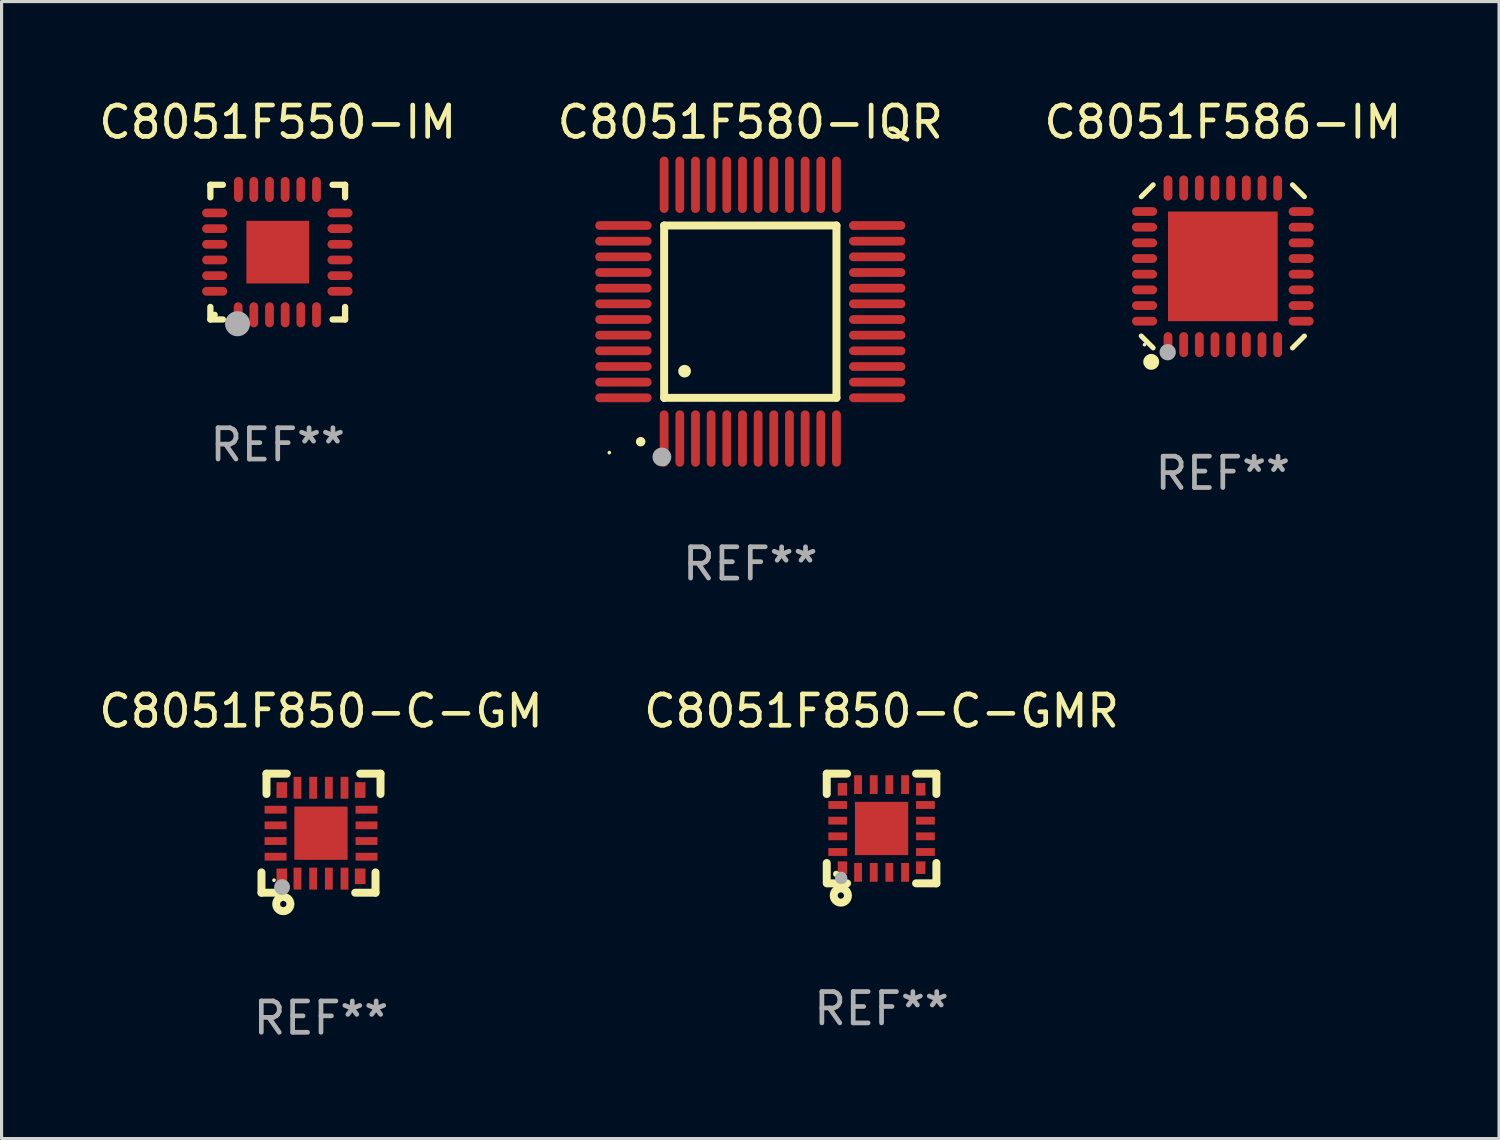
<source format=kicad_pcb>
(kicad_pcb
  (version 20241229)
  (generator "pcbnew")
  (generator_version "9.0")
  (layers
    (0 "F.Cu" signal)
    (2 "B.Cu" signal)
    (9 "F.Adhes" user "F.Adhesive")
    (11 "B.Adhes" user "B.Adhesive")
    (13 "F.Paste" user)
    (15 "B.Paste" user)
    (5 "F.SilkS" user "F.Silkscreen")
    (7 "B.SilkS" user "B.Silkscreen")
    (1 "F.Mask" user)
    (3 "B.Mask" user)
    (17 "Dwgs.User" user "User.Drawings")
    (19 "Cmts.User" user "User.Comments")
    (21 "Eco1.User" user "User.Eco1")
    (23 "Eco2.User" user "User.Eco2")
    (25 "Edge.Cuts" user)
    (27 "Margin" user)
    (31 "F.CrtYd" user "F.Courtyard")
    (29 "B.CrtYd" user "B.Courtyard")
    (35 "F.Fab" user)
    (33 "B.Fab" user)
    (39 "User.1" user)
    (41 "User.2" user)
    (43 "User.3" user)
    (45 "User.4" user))
  (footprint "C8051F586-IM"
    (layer "F.Cu")
    (at 35.982 5.452)
    (property "Reference" "C8051F586-IM" (at 0 -4.604 0) (layer "F.SilkS") (effects (font (size 1 1) (thickness 0.15))))
    (attr through_hole)
    (fp_line (start -2.223 2.603) (end -2.604 2.222) (stroke (width 0.16) (type solid)) (layer "F.SilkS"))
    (fp_line (start -2.222 -2.604) (end -2.603 -2.223) (stroke (width 0.16) (type solid)) (layer "F.SilkS"))
    (fp_line (start 2.223 -2.604) (end 2.604 -2.223) (stroke (width 0.16) (type solid)) (layer "F.SilkS"))
    (fp_line (start 2.604 2.223) (end 2.223 2.604) (stroke (width 0.16) (type solid)) (layer "F.SilkS"))
    (fp_circle (center -2.5 2.5) (end -2.47 2.5) (stroke (width 0.06) (type solid)) (fill no) (layer "F.SilkS"))
    (fp_circle (center -2.286 3.048) (end -2.159 3.048) (stroke (width 0.254) (type solid)) (fill no) (layer "F.SilkS"))
    (fp_circle (center -1.76 2.74) (end -1.63 2.74) (stroke (width 0.26) (type solid)) (fill no) (layer "F.Fab"))
    (fp_text user "REF**" (at 0 6.604 0) (layer "F.Fab") (effects (font (size 1 1) (thickness 0.15))))
    (pad "1" smd oval (at -1.75 2.5) (size 0.28 0.8) (layers "F.Cu" "F.Mask" "F.Paste"))
    (pad "2" smd oval (at -1.25 2.5) (size 0.28 0.8) (layers "F.Cu" "F.Mask" "F.Paste"))
    (pad "3" smd oval (at -0.75 2.5) (size 0.28 0.8) (layers "F.Cu" "F.Mask" "F.Paste"))
    (pad "4" smd oval (at -0.25 2.5) (size 0.28 0.8) (layers "F.Cu" "F.Mask" "F.Paste"))
    (pad "5" smd oval (at 0.25 2.5) (size 0.28 0.8) (layers "F.Cu" "F.Mask" "F.Paste"))
    (pad "6" smd oval (at 0.75 2.5) (size 0.28 0.8) (layers "F.Cu" "F.Mask" "F.Paste"))
    (pad "7" smd oval (at 1.25 2.5) (size 0.28 0.8) (layers "F.Cu" "F.Mask" "F.Paste"))
    (pad "8" smd oval (at 1.75 2.5) (size 0.28 0.8) (layers "F.Cu" "F.Mask" "F.Paste"))
    (pad "9" smd oval (at 2.5 1.75) (size 0.8 0.28) (layers "F.Cu" "F.Mask" "F.Paste"))
    (pad "10" smd oval (at 2.5 1.25) (size 0.8 0.28) (layers "F.Cu" "F.Mask" "F.Paste"))
    (pad "11" smd oval (at 2.5 0.75) (size 0.8 0.28) (layers "F.Cu" "F.Mask" "F.Paste"))
    (pad "12" smd oval (at 2.5 0.25) (size 0.8 0.28) (layers "F.Cu" "F.Mask" "F.Paste"))
    (pad "13" smd oval (at 2.5 -0.25) (size 0.8 0.28) (layers "F.Cu" "F.Mask" "F.Paste"))
    (pad "14" smd oval (at 2.5 -0.75) (size 0.8 0.28) (layers "F.Cu" "F.Mask" "F.Paste"))
    (pad "15" smd oval (at 2.5 -1.25) (size 0.8 0.28) (layers "F.Cu" "F.Mask" "F.Paste"))
    (pad "16" smd oval (at 2.5 -1.75) (size 0.8 0.28) (layers "F.Cu" "F.Mask" "F.Paste"))
    (pad "17" smd oval (at 1.75 -2.5) (size 0.28 0.8) (layers "F.Cu" "F.Mask" "F.Paste"))
    (pad "18" smd oval (at 1.25 -2.5) (size 0.28 0.8) (layers "F.Cu" "F.Mask" "F.Paste"))
    (pad "19" smd oval (at 0.75 -2.5) (size 0.28 0.8) (layers "F.Cu" "F.Mask" "F.Paste"))
    (pad "20" smd oval (at 0.25 -2.5) (size 0.28 0.8) (layers "F.Cu" "F.Mask" "F.Paste"))
    (pad "21" smd oval (at -0.25 -2.5) (size 0.28 0.8) (layers "F.Cu" "F.Mask" "F.Paste"))
    (pad "22" smd oval (at -0.75 -2.5) (size 0.28 0.8) (layers "F.Cu" "F.Mask" "F.Paste"))
    (pad "23" smd oval (at -1.25 -2.5) (size 0.28 0.8) (layers "F.Cu" "F.Mask" "F.Paste"))
    (pad "24" smd oval (at -1.75 -2.5) (size 0.28 0.8) (layers "F.Cu" "F.Mask" "F.Paste"))
    (pad "25" smd oval (at -2.5 -1.75) (size 0.8 0.28) (layers "F.Cu" "F.Mask" "F.Paste"))
    (pad "26" smd oval (at -2.5 -1.25) (size 0.8 0.28) (layers "F.Cu" "F.Mask" "F.Paste"))
    (pad "27" smd oval (at -2.5 -0.75) (size 0.8 0.28) (layers "F.Cu" "F.Mask" "F.Paste"))
    (pad "28" smd oval (at -2.5 -0.25) (size 0.8 0.28) (layers "F.Cu" "F.Mask" "F.Paste"))
    (pad "29" smd oval (at -2.5 0.25) (size 0.8 0.28) (layers "F.Cu" "F.Mask" "F.Paste"))
    (pad "30" smd oval (at -2.5 0.75) (size 0.8 0.28) (layers "F.Cu" "F.Mask" "F.Paste"))
    (pad "31" smd oval (at -2.5 1.25) (size 0.8 0.28) (layers "F.Cu" "F.Mask" "F.Paste"))
    (pad "32" smd oval (at -2.5 1.75) (size 0.8 0.28) (layers "F.Cu" "F.Mask" "F.Paste"))
    (pad "33" smd rect (at 0.000038 -0.000025) (size 3.5 3.5) (layers "F.Cu" "F.Mask" "F.Paste")))
  (footprint "C8051F850-C-GM"
    (layer "F.Cu")
    (at 7.196 23.545)
    (property "Reference" "C8051F850-C-GM" (at 0 -3.9 0) (layer "F.SilkS") (effects (font (size 1 1) (thickness 0.15))))
    (attr through_hole)
    (fp_line (start -1.9 1.9) (end -1.9 1.251) (stroke (width 0.254) (type solid)) (layer "F.SilkS"))
    (fp_line (start -1.9 1.9) (end -1.251 1.9) (stroke (width 0.254) (type solid)) (layer "F.SilkS"))
    (fp_line (start -1.74 -1.9) (end -1.74 -1.251) (stroke (width 0.254) (type solid)) (layer "F.SilkS"))
    (fp_line (start -1.74 -1.9) (end -1.091 -1.9) (stroke (width 0.254) (type solid)) (layer "F.SilkS"))
    (fp_line (start 1.74 1.9) (end 1.091 1.9) (stroke (width 0.254) (type solid)) (layer "F.SilkS"))
    (fp_line (start 1.74 1.9) (end 1.74 1.251) (stroke (width 0.254) (type solid)) (layer "F.SilkS"))
    (fp_line (start 1.9 -1.9) (end 1.251 -1.9) (stroke (width 0.254) (type solid)) (layer "F.SilkS"))
    (fp_line (start 1.9 -1.9) (end 1.9 -1.251) (stroke (width 0.254) (type solid)) (layer "F.SilkS"))
    (fp_circle (center -1.5 1.5) (end -1.47 1.5) (stroke (width 0.06) (type solid)) (fill no) (layer "F.SilkS"))
    (fp_circle (center -1.203 2.262) (end -1.103 2.262) (stroke (width 0.254) (type solid)) (fill no) (layer "F.SilkS"))
    (fp_circle (center -1.243 1.721) (end -1.116 1.721) (stroke (width 0.254) (type solid)) (fill no) (layer "F.Fab"))
    (fp_text user "REF**" (at 0 5.9 0) (layer "F.Fab") (effects (font (size 1 1) (thickness 0.15))))
    (pad "1" smd rect (at -1.25 1.377) (size 0.34 0.5) (layers "F.Cu" "F.Mask" "F.Paste"))
    (pad "2" smd rect (at -0.75 1.45) (size 0.25 0.7) (layers "F.Cu" "F.Mask" "F.Paste"))
    (pad "3" smd rect (at -0.25 1.45) (size 0.25 0.7) (layers "F.Cu" "F.Mask" "F.Paste"))
    (pad "4" smd rect (at 0.25 1.45) (size 0.25 0.7) (layers "F.Cu" "F.Mask" "F.Paste"))
    (pad "5" smd rect (at 0.75 1.45) (size 0.25 0.7) (layers "F.Cu" "F.Mask" "F.Paste"))
    (pad "6" smd rect (at 1.25 1.377) (size 0.34 0.5) (layers "F.Cu" "F.Mask" "F.Paste"))
    (pad "7" smd rect (at 1.453 0.75) (size 0.7 0.25) (layers "F.Cu" "F.Mask" "F.Paste"))
    (pad "8" smd rect (at 1.453 0.25) (size 0.7 0.25) (layers "F.Cu" "F.Mask" "F.Paste"))
    (pad "9" smd rect (at 1.453 -0.25) (size 0.7 0.25) (layers "F.Cu" "F.Mask" "F.Paste"))
    (pad "10" smd rect (at 1.453 -0.75) (size 0.7 0.25) (layers "F.Cu" "F.Mask" "F.Paste"))
    (pad "11" smd rect (at 1.25 -1.377) (size 0.34 0.5) (layers "F.Cu" "F.Mask" "F.Paste"))
    (pad "12" smd rect (at 0.75 -1.45) (size 0.25 0.7) (layers "F.Cu" "F.Mask" "F.Paste"))
    (pad "13" smd rect (at 0.25 -1.45) (size 0.25 0.7) (layers "F.Cu" "F.Mask" "F.Paste"))
    (pad "14" smd rect (at -0.25 -1.45) (size 0.25 0.7) (layers "F.Cu" "F.Mask" "F.Paste"))
    (pad "15" smd rect (at -0.75 -1.45) (size 0.25 0.7) (layers "F.Cu" "F.Mask" "F.Paste"))
    (pad "16" smd rect (at -1.25 -1.377) (size 0.34 0.5) (layers "F.Cu" "F.Mask" "F.Paste"))
    (pad "17" smd rect (at -1.45 -0.75) (size 0.7 0.25) (layers "F.Cu" "F.Mask" "F.Paste"))
    (pad "18" smd rect (at -1.45 -0.25) (size 0.7 0.25) (layers "F.Cu" "F.Mask" "F.Paste"))
    (pad "19" smd rect (at -1.45 0.25) (size 0.7 0.25) (layers "F.Cu" "F.Mask" "F.Paste"))
    (pad "20" smd rect (at -1.45 0.75) (size 0.7 0.25) (layers "F.Cu" "F.Mask" "F.Paste"))
    (pad "21" smd rect (at 0 0) (size 1.7 1.7) (layers "F.Cu" "F.Mask" "F.Paste")))
  (footprint "C8051F580-IQR"
    (layer "F.Cu")
    (at 20.899 6.898)
    (property "Reference" "C8051F580-IQR" (at 0 -6.05 0) (layer "F.SilkS") (effects (font (size 1 1) (thickness 0.15))))
    (attr through_hole)
    (fp_line (start -2.75 -2.75) (end 2.75 -2.75) (stroke (width 0.254) (type solid)) (layer "F.SilkS"))
    (fp_line (start -2.75 2.75) (end -2.75 -2.75) (stroke (width 0.254) (type solid)) (layer "F.SilkS"))
    (fp_line (start 2.75 -2.75) (end 2.75 2.75) (stroke (width 0.254) (type solid)) (layer "F.SilkS"))
    (fp_line (start 2.75 2.75) (end -2.75 2.75) (stroke (width 0.254) (type solid)) (layer "F.SilkS"))
    (fp_arc (start -3.500127 4.150368) (mid -3.498857 4.150363) (end -3.497587 4.150368) (stroke (width 0.3) (type solid)) (layer "F.SilkS"))
    (fp_arc (start -2.100584 1.899924) (mid -2.098044 1.899908) (end -2.095504 1.899924) (stroke (width 0.4) (type solid)) (layer "F.SilkS"))
    (fp_circle (center -4.5 4.5) (end -4.47 4.5) (stroke (width 0.06) (type solid)) (fill no) (layer "F.SilkS"))
    (fp_circle (center -2.822 4.638) (end -2.672 4.638) (stroke (width 0.3) (type solid)) (fill no) (layer "F.Fab"))
    (fp_text user "REF**" (at 0 8.05 0) (layer "F.Fab") (effects (font (size 1 1) (thickness 0.15))))
    (pad "1" smd oval (at -2.75 4.05) (size 0.28 1.8) (layers "F.Cu" "F.Mask" "F.Paste"))
    (pad "2" smd oval (at -2.25 4.05) (size 0.28 1.8) (layers "F.Cu" "F.Mask" "F.Paste"))
    (pad "3" smd oval (at -1.75 4.05) (size 0.28 1.8) (layers "F.Cu" "F.Mask" "F.Paste"))
    (pad "4" smd oval (at -1.25 4.05) (size 0.28 1.8) (layers "F.Cu" "F.Mask" "F.Paste"))
    (pad "5" smd oval (at -0.75 4.05) (size 0.28 1.8) (layers "F.Cu" "F.Mask" "F.Paste"))
    (pad "6" smd oval (at -0.25 4.05) (size 0.28 1.8) (layers "F.Cu" "F.Mask" "F.Paste"))
    (pad "7" smd oval (at 0.25 4.05) (size 0.28 1.8) (layers "F.Cu" "F.Mask" "F.Paste"))
    (pad "8" smd oval (at 0.75 4.05) (size 0.28 1.8) (layers "F.Cu" "F.Mask" "F.Paste"))
    (pad "9" smd oval (at 1.25 4.05) (size 0.28 1.8) (layers "F.Cu" "F.Mask" "F.Paste"))
    (pad "10" smd oval (at 1.75 4.05) (size 0.28 1.8) (layers "F.Cu" "F.Mask" "F.Paste"))
    (pad "11" smd oval (at 2.25 4.05) (size 0.28 1.8) (layers "F.Cu" "F.Mask" "F.Paste"))
    (pad "12" smd oval (at 2.75 4.05) (size 0.28 1.8) (layers "F.Cu" "F.Mask" "F.Paste"))
    (pad "13" smd oval (at 4.05 2.75) (size 1.8 0.28) (layers "F.Cu" "F.Mask" "F.Paste"))
    (pad "14" smd oval (at 4.05 2.25) (size 1.8 0.28) (layers "F.Cu" "F.Mask" "F.Paste"))
    (pad "15" smd oval (at 4.05 1.75) (size 1.8 0.28) (layers "F.Cu" "F.Mask" "F.Paste"))
    (pad "16" smd oval (at 4.05 1.25) (size 1.8 0.28) (layers "F.Cu" "F.Mask" "F.Paste"))
    (pad "17" smd oval (at 4.05 0.75) (size 1.8 0.28) (layers "F.Cu" "F.Mask" "F.Paste"))
    (pad "18" smd oval (at 4.05 0.25) (size 1.8 0.28) (layers "F.Cu" "F.Mask" "F.Paste"))
    (pad "19" smd oval (at 4.05 -0.25) (size 1.8 0.28) (layers "F.Cu" "F.Mask" "F.Paste"))
    (pad "20" smd oval (at 4.05 -0.75) (size 1.8 0.28) (layers "F.Cu" "F.Mask" "F.Paste"))
    (pad "21" smd oval (at 4.05 -1.25) (size 1.8 0.28) (layers "F.Cu" "F.Mask" "F.Paste"))
    (pad "22" smd oval (at 4.05 -1.75) (size 1.8 0.28) (layers "F.Cu" "F.Mask" "F.Paste"))
    (pad "23" smd oval (at 4.05 -2.25) (size 1.8 0.28) (layers "F.Cu" "F.Mask" "F.Paste"))
    (pad "24" smd oval (at 4.05 -2.75) (size 1.8 0.28) (layers "F.Cu" "F.Mask" "F.Paste"))
    (pad "25" smd oval (at 2.75 -4.05) (size 0.28 1.8) (layers "F.Cu" "F.Mask" "F.Paste"))
    (pad "26" smd oval (at 2.25 -4.05) (size 0.28 1.8) (layers "F.Cu" "F.Mask" "F.Paste"))
    (pad "27" smd oval (at 1.75 -4.05) (size 0.28 1.8) (layers "F.Cu" "F.Mask" "F.Paste"))
    (pad "28" smd oval (at 1.25 -4.05) (size 0.28 1.8) (layers "F.Cu" "F.Mask" "F.Paste"))
    (pad "29" smd oval (at 0.75 -4.05) (size 0.28 1.8) (layers "F.Cu" "F.Mask" "F.Paste"))
    (pad "30" smd oval (at 0.25 -4.05) (size 0.28 1.8) (layers "F.Cu" "F.Mask" "F.Paste"))
    (pad "31" smd oval (at -0.25 -4.05) (size 0.28 1.8) (layers "F.Cu" "F.Mask" "F.Paste"))
    (pad "32" smd oval (at -0.75 -4.05) (size 0.28 1.8) (layers "F.Cu" "F.Mask" "F.Paste"))
    (pad "33" smd oval (at -1.25 -4.05) (size 0.28 1.8) (layers "F.Cu" "F.Mask" "F.Paste"))
    (pad "34" smd oval (at -1.75 -4.05) (size 0.28 1.8) (layers "F.Cu" "F.Mask" "F.Paste"))
    (pad "35" smd oval (at -2.25 -4.05) (size 0.28 1.8) (layers "F.Cu" "F.Mask" "F.Paste"))
    (pad "36" smd oval (at -2.75 -4.05) (size 0.28 1.8) (layers "F.Cu" "F.Mask" "F.Paste"))
    (pad "37" smd oval (at -4.05 -2.75) (size 1.8 0.28) (layers "F.Cu" "F.Mask" "F.Paste"))
    (pad "38" smd oval (at -4.05 -2.25) (size 1.8 0.28) (layers "F.Cu" "F.Mask" "F.Paste"))
    (pad "39" smd oval (at -4.05 -1.75) (size 1.8 0.28) (layers "F.Cu" "F.Mask" "F.Paste"))
    (pad "40" smd oval (at -4.05 -1.25) (size 1.8 0.28) (layers "F.Cu" "F.Mask" "F.Paste"))
    (pad "41" smd oval (at -4.05 -0.75) (size 1.8 0.28) (layers "F.Cu" "F.Mask" "F.Paste"))
    (pad "42" smd oval (at -4.05 -0.25) (size 1.8 0.28) (layers "F.Cu" "F.Mask" "F.Paste"))
    (pad "43" smd oval (at -4.05 0.25) (size 1.8 0.28) (layers "F.Cu" "F.Mask" "F.Paste"))
    (pad "44" smd oval (at -4.05 0.75) (size 1.8 0.28) (layers "F.Cu" "F.Mask" "F.Paste"))
    (pad "45" smd oval (at -4.05 1.25) (size 1.8 0.28) (layers "F.Cu" "F.Mask" "F.Paste"))
    (pad "46" smd oval (at -4.05 1.75) (size 1.8 0.28) (layers "F.Cu" "F.Mask" "F.Paste"))
    (pad "47" smd oval (at -4.05 2.25) (size 1.8 0.28) (layers "F.Cu" "F.Mask" "F.Paste"))
    (pad "48" smd oval (at -4.05 2.75) (size 1.8 0.28) (layers "F.Cu" "F.Mask" "F.Paste")))
  (footprint "C8051F850-C-GMR"
    (layer "F.Cu")
    (at 25.089 23.395)
    (property "Reference" "C8051F850-C-GMR" (at 0 -3.75 0) (layer "F.SilkS") (effects (font (size 1 1) (thickness 0.15))))
    (attr through_hole)
    (fp_line (start -1.75 -1.75) (end -1.75 -1.101) (stroke (width 0.254) (type solid)) (layer "F.SilkS"))
    (fp_line (start -1.75 -1.75) (end -1.101 -1.75) (stroke (width 0.254) (type solid)) (layer "F.SilkS"))
    (fp_line (start -1.75 1.101) (end -1.75 1.75) (stroke (width 0.254) (type solid)) (layer "F.SilkS"))
    (fp_line (start -1.101 1.75) (end -1.716 1.75) (stroke (width 0.254) (type solid)) (layer "F.SilkS"))
    (fp_line (start 1.101 -1.75) (end 1.75 -1.75) (stroke (width 0.254) (type solid)) (layer "F.SilkS"))
    (fp_line (start 1.75 -1.75) (end 1.75 -1.101) (stroke (width 0.254) (type solid)) (layer "F.SilkS"))
    (fp_line (start 1.75 1.101) (end 1.75 1.75) (stroke (width 0.254) (type solid)) (layer "F.SilkS"))
    (fp_line (start 1.75 1.75) (end 1.101 1.75) (stroke (width 0.254) (type solid)) (layer "F.SilkS"))
    (fp_circle (center -1.45 1.45) (end -1.4 1.45) (stroke (width 0.1) (type solid)) (fill no) (layer "F.SilkS"))
    (fp_circle (center -1.3 2.14) (end -1.2 2.14) (stroke (width 0.254) (type solid)) (fill no) (layer "F.SilkS"))
    (fp_circle (center -1.29 1.58) (end -1.19 1.58) (stroke (width 0.2) (type solid)) (fill no) (layer "F.Fab"))
    (fp_text user "REF**" (at 0 5.75 0) (layer "F.Fab") (effects (font (size 1 1) (thickness 0.15))))
    (pad "1" smd rect (at -1.25 1.25) (size 0.3 0.4) (layers "F.Cu" "F.Mask" "F.Paste"))
    (pad "2" smd rect (at -0.75 1.4) (size 0.25 0.6) (layers "F.Cu" "F.Mask" "F.Paste"))
    (pad "3" smd rect (at -0.25 1.4) (size 0.25 0.6) (layers "F.Cu" "F.Mask" "F.Paste"))
    (pad "4" smd rect (at 0.25 1.4) (size 0.25 0.6) (layers "F.Cu" "F.Mask" "F.Paste"))
    (pad "5" smd rect (at 0.75 1.4) (size 0.25 0.6) (layers "F.Cu" "F.Mask" "F.Paste"))
    (pad "6" smd rect (at 1.25 1.25 180) (size 0.3 0.4) (layers "F.Cu" "F.Mask" "F.Paste"))
    (pad "7" smd rect (at 1.4 0.75 90) (size 0.25 0.6) (layers "F.Cu" "F.Mask" "F.Paste"))
    (pad "8" smd rect (at 1.4 0.25 90) (size 0.25 0.6) (layers "F.Cu" "F.Mask" "F.Paste"))
    (pad "9" smd rect (at 1.4 -0.25 90) (size 0.25 0.6) (layers "F.Cu" "F.Mask" "F.Paste"))
    (pad "10" smd rect (at 1.4 -0.75 90) (size 0.25 0.6) (layers "F.Cu" "F.Mask" "F.Paste"))
    (pad "11" smd rect (at 1.25 -1.25 180) (size 0.3 0.4) (layers "F.Cu" "F.Mask" "F.Paste"))
    (pad "12" smd rect (at 0.75 -1.4 180) (size 0.25 0.6) (layers "F.Cu" "F.Mask" "F.Paste"))
    (pad "13" smd rect (at 0.25 -1.4 180) (size 0.25 0.6) (layers "F.Cu" "F.Mask" "F.Paste"))
    (pad "14" smd rect (at -0.25 -1.4 180) (size 0.25 0.6) (layers "F.Cu" "F.Mask" "F.Paste"))
    (pad "15" smd rect (at -0.75 -1.4 180) (size 0.25 0.6) (layers "F.Cu" "F.Mask" "F.Paste"))
    (pad "16" smd rect (at -1.25 -1.25) (size 0.3 0.4) (layers "F.Cu" "F.Mask" "F.Paste"))
    (pad "17" smd rect (at -1.4 -0.75 270) (size 0.25 0.6) (layers "F.Cu" "F.Mask" "F.Paste"))
    (pad "18" smd rect (at -1.4 -0.25 270) (size 0.25 0.6) (layers "F.Cu" "F.Mask" "F.Paste"))
    (pad "19" smd rect (at -1.4 0.25 270) (size 0.25 0.6) (layers "F.Cu" "F.Mask" "F.Paste"))
    (pad "20" smd rect (at -1.4 0.75 270) (size 0.25 0.6) (layers "F.Cu" "F.Mask" "F.Paste"))
    (pad "21" smd rect (at 0.000127 0.000076 270) (size 1.7 1.7) (layers "F.Cu" "F.Mask" "F.Paste")))
  (footprint "C8051F550-IM"
    (layer "F.Cu")
    (at 5.815 4.998)
    (property "Reference" "C8051F550-IM" (at 0 -4.15 0) (layer "F.SilkS") (effects (font (size 1 1) (thickness 0.15))))
    (attr through_hole)
    (fp_line (start -2.15 -2.15) (end -1.75 -2.15) (stroke (width 0.2) (type solid)) (layer "F.SilkS"))
    (fp_line (start -2.15 -1.75) (end -2.15 -2.15) (stroke (width 0.2) (type solid)) (layer "F.SilkS"))
    (fp_line (start -2.15 2.15) (end -2.15 1.75) (stroke (width 0.2) (type solid)) (layer "F.SilkS"))
    (fp_line (start -1.75 2.15) (end -2.15 2.15) (stroke (width 0.2) (type solid)) (layer "F.SilkS"))
    (fp_line (start 2.15 -2.15) (end 1.75 -2.15) (stroke (width 0.2) (type solid)) (layer "F.SilkS"))
    (fp_line (start 2.15 -1.75) (end 2.15 -2.15) (stroke (width 0.2) (type solid)) (layer "F.SilkS"))
    (fp_line (start 2.15 1.75) (end 2.15 2.15) (stroke (width 0.2) (type solid)) (layer "F.SilkS"))
    (fp_line (start 2.15 2.15) (end 1.75 2.15) (stroke (width 0.2) (type solid)) (layer "F.SilkS"))
    (fp_circle (center -2.013 2) (end -1.963 2) (stroke (width 0.1) (type solid)) (fill no) (layer "F.SilkS"))
    (fp_circle (center -1.283 2.286) (end -1.083 2.286) (stroke (width 0.4) (type solid)) (fill no) (layer "F.Fab"))
    (fp_text user "REF**" (at 0 6.15 0) (layer "F.Fab") (effects (font (size 1 1) (thickness 0.15))))
    (pad "1" smd oval (at -1.263 2) (size 0.28 0.8) (layers "F.Cu" "F.Mask" "F.Paste"))
    (pad "2" smd oval (at -0.763 2) (size 0.28 0.8) (layers "F.Cu" "F.Mask" "F.Paste"))
    (pad "3" smd oval (at -0.263 2) (size 0.28 0.8) (layers "F.Cu" "F.Mask" "F.Paste"))
    (pad "4" smd oval (at 0.237 2) (size 0.28 0.8) (layers "F.Cu" "F.Mask" "F.Paste"))
    (pad "5" smd oval (at 0.737 2) (size 0.28 0.8) (layers "F.Cu" "F.Mask" "F.Paste"))
    (pad "6" smd oval (at 1.237 2) (size 0.28 0.8) (layers "F.Cu" "F.Mask" "F.Paste"))
    (pad "7" smd oval (at 1.987 1.25) (size 0.8 0.28) (layers "F.Cu" "F.Mask" "F.Paste"))
    (pad "8" smd oval (at 1.987 0.75) (size 0.8 0.28) (layers "F.Cu" "F.Mask" "F.Paste"))
    (pad "9" smd oval (at 1.987 0.25) (size 0.8 0.28) (layers "F.Cu" "F.Mask" "F.Paste"))
    (pad "10" smd oval (at 1.987 -0.25) (size 0.8 0.28) (layers "F.Cu" "F.Mask" "F.Paste"))
    (pad "11" smd oval (at 1.987 -0.75) (size 0.8 0.28) (layers "F.Cu" "F.Mask" "F.Paste"))
    (pad "12" smd oval (at 1.987 -1.25) (size 0.8 0.28) (layers "F.Cu" "F.Mask" "F.Paste"))
    (pad "13" smd oval (at 1.237 -2) (size 0.28 0.8) (layers "F.Cu" "F.Mask" "F.Paste"))
    (pad "14" smd oval (at 0.737 -2) (size 0.28 0.8) (layers "F.Cu" "F.Mask" "F.Paste"))
    (pad "15" smd oval (at 0.237 -2) (size 0.28 0.8) (layers "F.Cu" "F.Mask" "F.Paste"))
    (pad "16" smd oval (at -0.263 -2) (size 0.28 0.8) (layers "F.Cu" "F.Mask" "F.Paste"))
    (pad "17" smd oval (at -0.763 -2) (size 0.28 0.8) (layers "F.Cu" "F.Mask" "F.Paste"))
    (pad "18" smd oval (at -1.255 -2) (size 0.28 0.8) (layers "F.Cu" "F.Mask" "F.Paste"))
    (pad "19" smd oval (at -2.013 -1.25) (size 0.8 0.28) (layers "F.Cu" "F.Mask" "F.Paste"))
    (pad "20" smd oval (at -2.013 -0.75) (size 0.8 0.28) (layers "F.Cu" "F.Mask" "F.Paste"))
    (pad "21" smd oval (at -2.013 -0.25) (size 0.8 0.28) (layers "F.Cu" "F.Mask" "F.Paste"))
    (pad "22" smd oval (at -2.013 0.25) (size 0.8 0.28) (layers "F.Cu" "F.Mask" "F.Paste"))
    (pad "23" smd oval (at -2.013 0.75) (size 0.8 0.28) (layers "F.Cu" "F.Mask" "F.Paste"))
    (pad "24" smd oval (at -2.013 1.25) (size 0.8 0.28) (layers "F.Cu" "F.Mask" "F.Paste"))
    (pad "25" smd rect (at -0.000013 0) (size 2 2) (layers "F.Cu" "F.Mask" "F.Paste")))
  (gr_rect
    (start -3 -3)
    (end 44.798 33.293)
    (stroke (width 0.1) (type default))
    (fill no)
    (layer "Edge.Cuts")))
</source>
